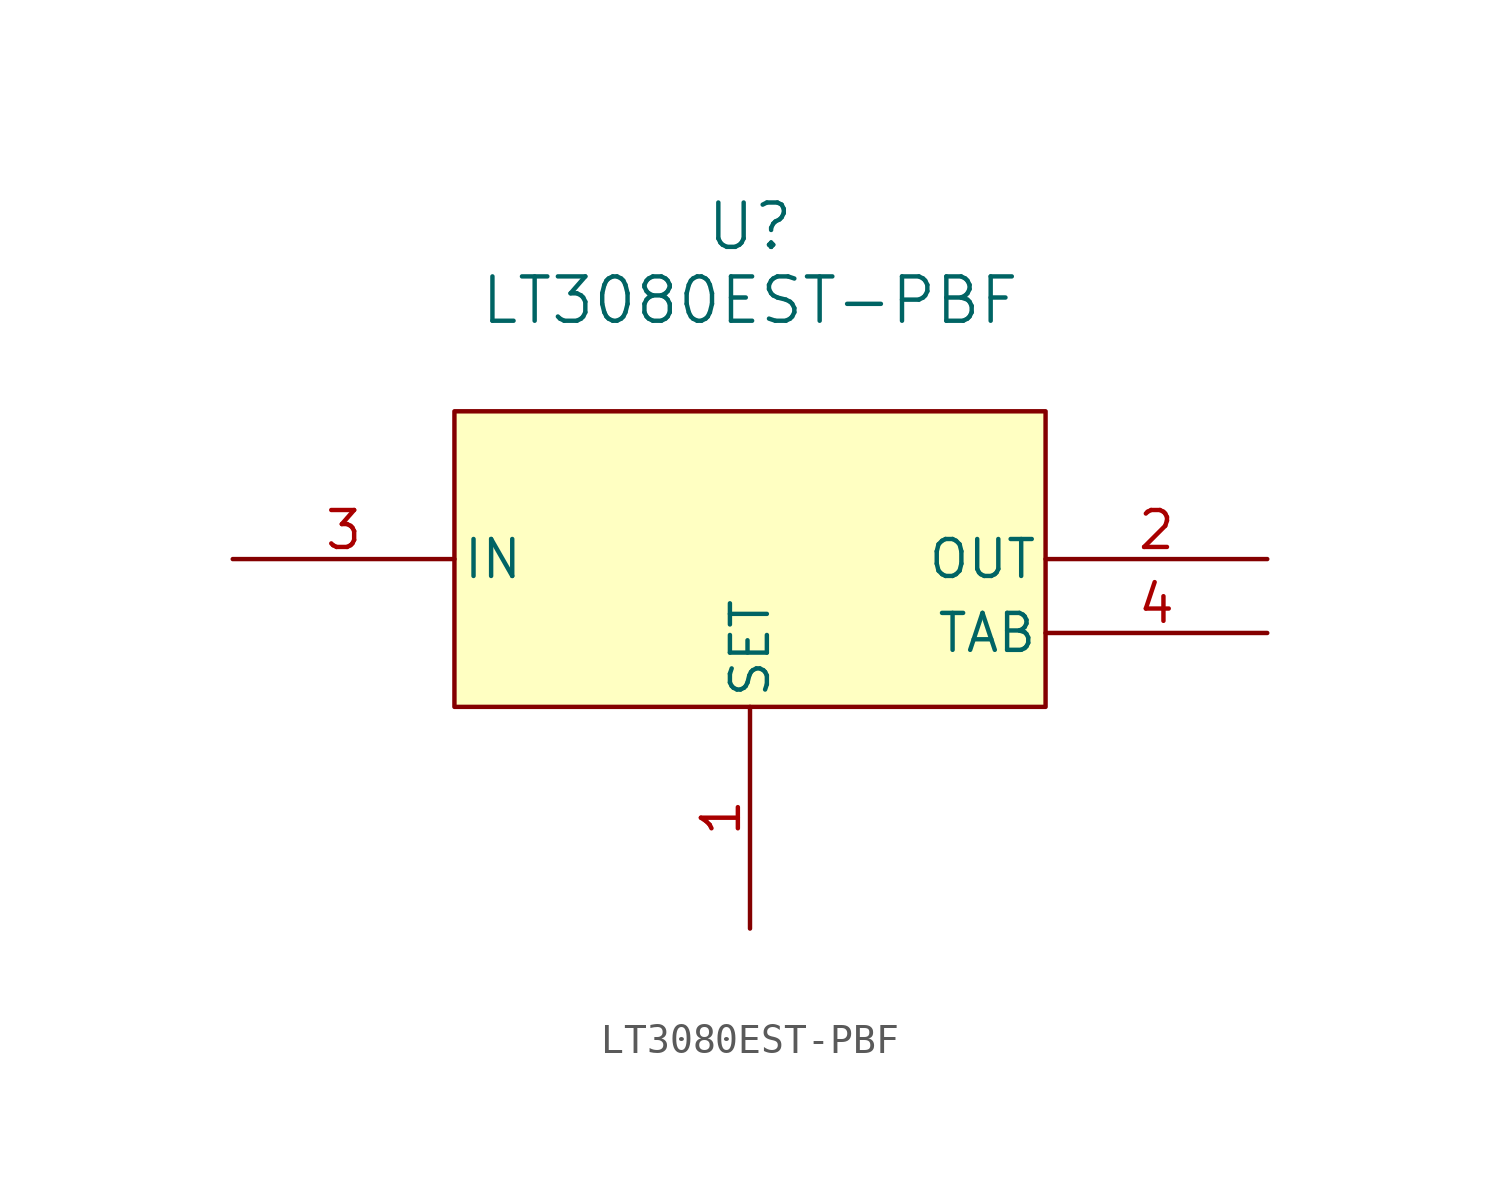
<source format=kicad_sym>
(kicad_symbol_lib
  (version 20241209)
  (generator "kicad_symbol_editor")
  (generator_version "9.0")
  (symbol "LT3080EST-PBF"
    (pin_names
      (offset 0.254))
    (property "Reference" "U"
      (at 10.16 16.51 0)
      (effects (font (size 1.524 1.524))))
    (property "Value" "LT3080EST-PBF"
      (at 10.16 13.97 0)
      (effects (font (size 1.524 1.524))))
    (symbol "LT3080EST-PBF_0_1"
      (pin power_in line (at -7.62 5.08 0) (length 7.62) (name "IN" (effects (font (size 1.27 1.27)))) (number "3" (effects (font (size 1.27 1.27)))))
      (pin input line (at 10.16 -7.62 90) (length 7.62) (name "SET" (effects (font (size 1.27 1.27)))) (number "1" (effects (font (size 1.27 1.27)))))
      (pin output line (at 27.94 5.08 180) (length 7.62) (name "OUT" (effects (font (size 1.27 1.27)))) (number "2" (effects (font (size 1.27 1.27))))))
    (symbol "LT3080EST-PBF_1_1"
      (rectangle (start 0 10.16) (end 20.32 0) (stroke (width 0) (type default)) (fill (type background)))
      (pin output line (at 27.94 2.54 180) (length 7.62) (name "TAB" (effects (font (size 1.27 1.27)))) (number "4" (effects (font (size 1.27 1.27))))))))
</source>
